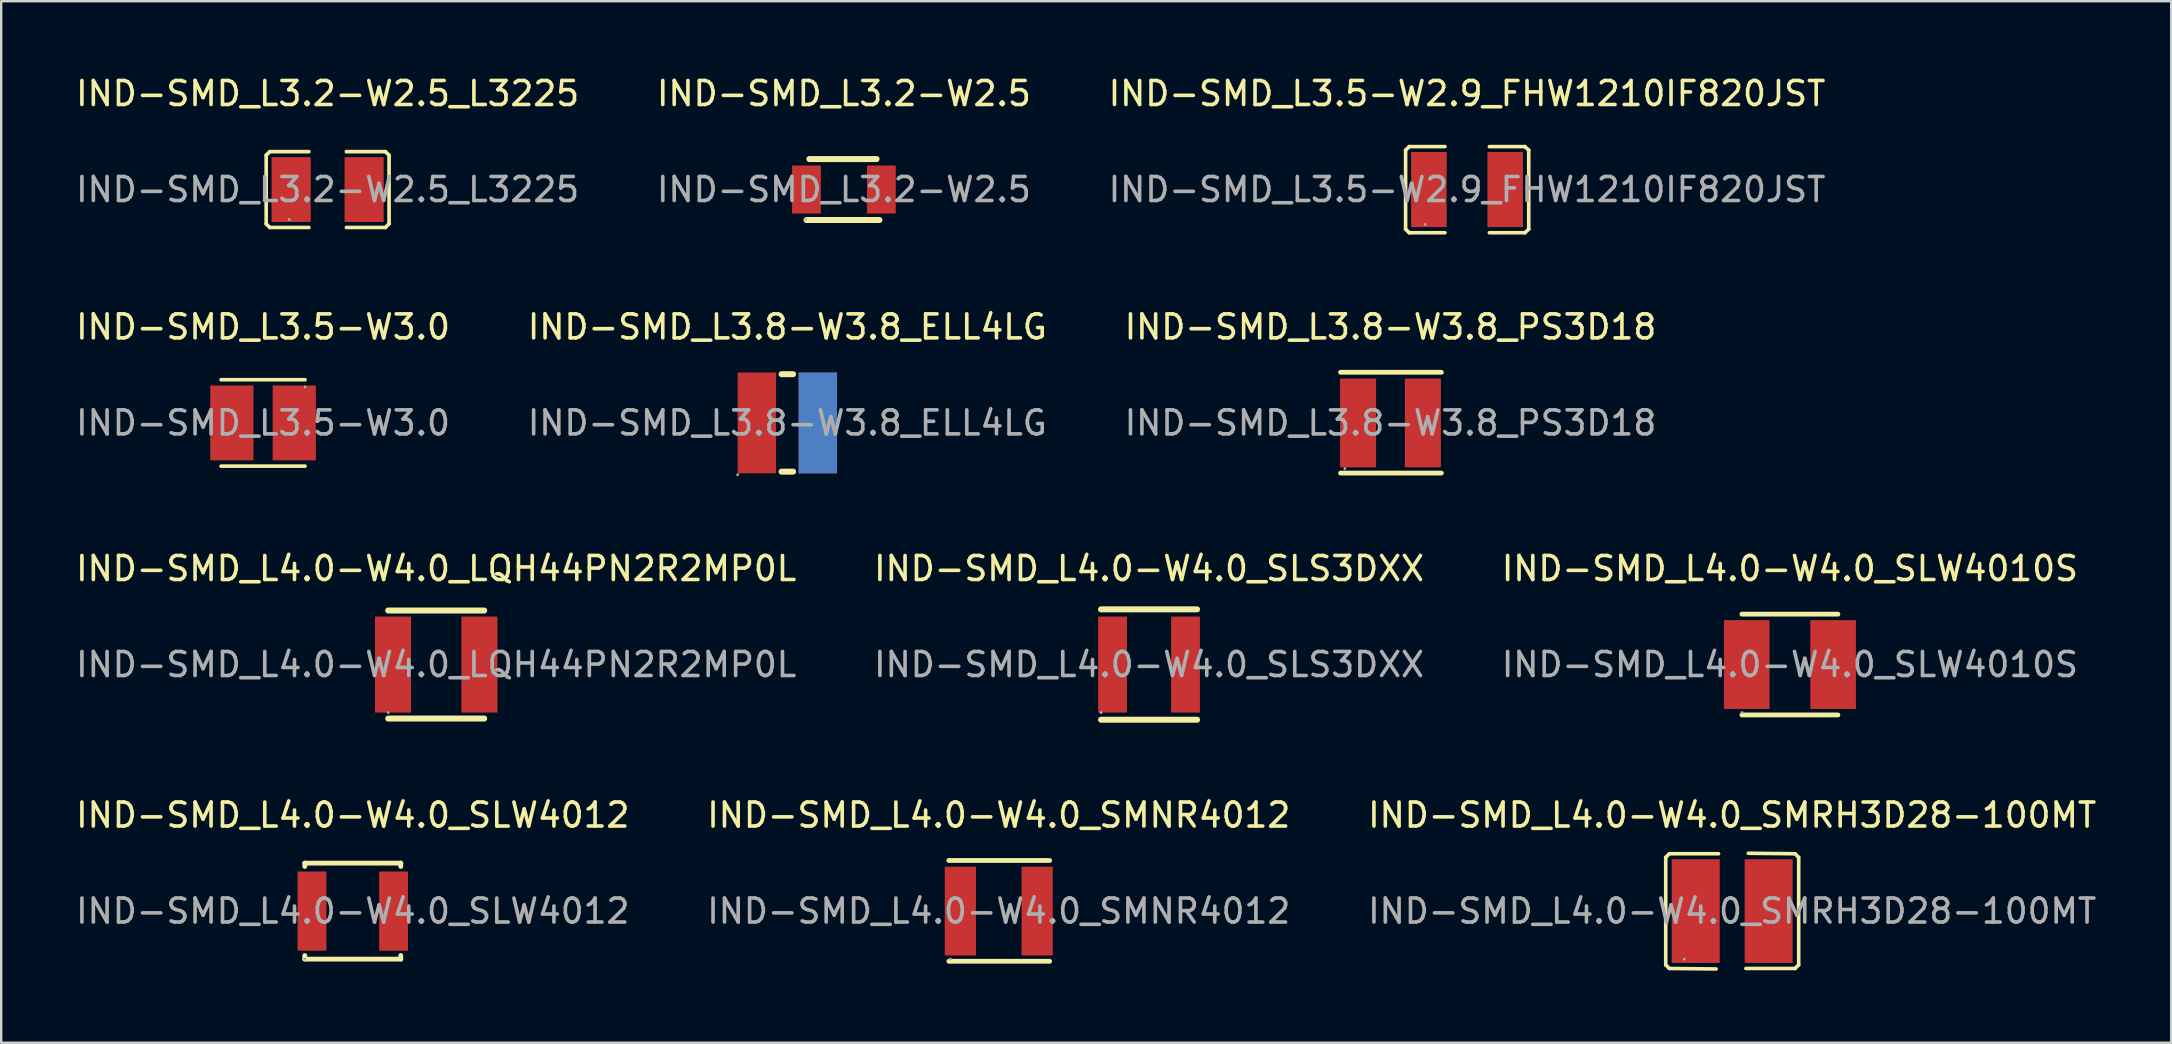
<source format=kicad_pcb>
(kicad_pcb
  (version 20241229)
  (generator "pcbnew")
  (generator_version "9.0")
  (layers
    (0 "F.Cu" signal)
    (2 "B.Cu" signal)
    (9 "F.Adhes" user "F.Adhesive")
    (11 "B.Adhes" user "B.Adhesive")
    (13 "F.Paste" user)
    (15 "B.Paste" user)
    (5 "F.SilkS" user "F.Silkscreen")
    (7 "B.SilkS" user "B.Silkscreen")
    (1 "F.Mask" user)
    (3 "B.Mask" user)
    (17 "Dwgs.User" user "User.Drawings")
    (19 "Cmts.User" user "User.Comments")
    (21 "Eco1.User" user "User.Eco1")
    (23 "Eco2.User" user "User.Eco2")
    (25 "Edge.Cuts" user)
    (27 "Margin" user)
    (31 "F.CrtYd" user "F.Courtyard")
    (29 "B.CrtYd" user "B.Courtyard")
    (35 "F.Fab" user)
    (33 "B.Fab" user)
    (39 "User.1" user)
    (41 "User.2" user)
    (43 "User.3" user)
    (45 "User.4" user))
  (footprint "IND-SMD_L4.0-W4.0_SMNR4012"
    (layer "F.Cu")
    (at 38.565 34.913)
    (property "Reference" "IND-SMD_L4.0-W4.0_SMNR4012" (at 0 -4 0) (layer "F.SilkS") (effects (font (size 1 1) (thickness 0.15))))
    (attr through_hole)
    (fp_line (start -2.08 -2.11) (end 2.12 -2.11) (stroke (width 0.2) (type solid)) (layer "F.SilkS"))
    (fp_line (start -2.08 2.09) (end 2.12 2.09) (stroke (width 0.2) (type solid)) (layer "F.SilkS"))
    (fp_circle (center -2.01 2) (end -1.98 2) (stroke (width 0.06) (type solid)) (fill no) (layer "F.Fab"))
    (fp_text user "${REFERENCE}" (at 0 0 0) (layer "F.Fab") (effects (font (size 1 1) (thickness 0.15))))
    (pad "1" smd rect (at -1.6 0 90) (size 3.7 1.3) (layers "F.Cu" "F.Mask" "F.Paste"))
    (pad "2" smd rect (at 1.6 0 90) (size 3.7 1.3) (layers "F.Cu" "F.Mask" "F.Paste")))
  (footprint "IND-SMD_L3.5-W3.0"
    (layer "F.Cu")
    (at 7.911 14.572)
    (property "Reference" "IND-SMD_L3.5-W3.0" (at 0 -4 0) (layer "F.SilkS") (effects (font (size 1 1) (thickness 0.15))))
    (attr through_hole)
    (fp_line (start -1.75 -1.8) (end 1.75 -1.8) (stroke (width 0.15) (type solid)) (layer "F.SilkS"))
    (fp_line (start 1.75 1.8) (end -1.75 1.8) (stroke (width 0.15) (type solid)) (layer "F.SilkS"))
    (fp_circle (center 1.75 -1.5) (end 1.78 -1.5) (stroke (width 0.06) (type solid)) (fill no) (layer "F.Fab"))
    (fp_text user "${REFERENCE}" (at 0 0 0) (layer "F.Fab") (effects (font (size 1 1) (thickness 0.15))))
    (pad "1" smd rect (at 1.3 0) (size 1.8 3.12) (layers "F.Cu" "F.Mask" "F.Paste"))
    (pad "2" smd rect (at -1.3 0) (size 1.8 3.12) (layers "F.Cu" "F.Mask" "F.Paste")))
  (footprint "IND-SMD_L3.2-W2.5_L3225"
    (layer "F.Cu")
    (at 10.601 4.848)
    (property "Reference" "IND-SMD_L3.2-W2.5_L3225" (at 0 -4 0) (layer "F.SilkS") (effects (font (size 1 1) (thickness 0.15))))
    (attr through_hole)
    (fp_line (start -2.56 -1.43) (end -2.56 1.43) (stroke (width 0.15) (type solid)) (layer "F.SilkS"))
    (fp_line (start -2.56 1.43) (end -2.41 1.58) (stroke (width 0.15) (type solid)) (layer "F.SilkS"))
    (fp_line (start -2.41 -1.58) (end -2.56 -1.43) (stroke (width 0.15) (type solid)) (layer "F.SilkS"))
    (fp_line (start -2.41 1.58) (end -0.78 1.58) (stroke (width 0.15) (type solid)) (layer "F.SilkS"))
    (fp_line (start -0.78 -1.58) (end -2.41 -1.58) (stroke (width 0.15) (type solid)) (layer "F.SilkS"))
    (fp_line (start 0.78 -1.58) (end 2.41 -1.58) (stroke (width 0.15) (type solid)) (layer "F.SilkS"))
    (fp_line (start 2.41 -1.58) (end 2.56 -1.43) (stroke (width 0.15) (type solid)) (layer "F.SilkS"))
    (fp_line (start 2.41 1.58) (end 0.78 1.58) (stroke (width 0.15) (type solid)) (layer "F.SilkS"))
    (fp_line (start 2.56 -1.43) (end 2.56 1.43) (stroke (width 0.15) (type solid)) (layer "F.SilkS"))
    (fp_line (start 2.56 1.43) (end 2.41 1.58) (stroke (width 0.15) (type solid)) (layer "F.SilkS"))
    (fp_circle (center -1.6 1.25) (end -1.57 1.25) (stroke (width 0.06) (type solid)) (fill no) (layer "F.Fab"))
    (fp_text user "${REFERENCE}" (at 0 0 0) (layer "F.Fab") (effects (font (size 1 1) (thickness 0.15))))
    (pad "1" smd rect (at -1.52 0) (size 1.63 2.7) (layers "F.Cu" "F.Mask" "F.Paste"))
    (pad "2" smd rect (at 1.52 0) (size 1.63 2.7) (layers "F.Cu" "F.Mask" "F.Paste")))
  (footprint "IND-SMD_L3.8-W3.8_ELL4LG"
    (layer "F.Cu")
    (at 29.756 14.572)
    (property "Reference" "IND-SMD_L3.8-W3.8_ELL4LG" (at 0 -4 0) (layer "F.SilkS") (effects (font (size 1 1) (thickness 0.15))))
    (attr through_hole)
    (fp_line (start -0.24 -2.03) (end 0.24 -2.03) (stroke (width 0.25) (type solid)) (layer "F.SilkS"))
    (fp_line (start -0.24 2.03) (end 0.24 2.03) (stroke (width 0.25) (type solid)) (layer "F.SilkS"))
    (fp_circle (center -2.07 2.16) (end -2.04 2.16) (stroke (width 0.06) (type solid)) (fill no) (layer "F.Fab"))
    (fp_text user "${REFERENCE}" (at 0 0 0) (layer "F.Fab") (effects (font (size 1 1) (thickness 0.15))))
    (pad "1" smd rect (at -1.27 0 90) (size 4.2 1.6) (layers "F.Cu" "F.Mask" "F.Paste"))
    (pad "2" thru_hole rect (at 1.27 0 90) (size 4.2 1.6) (drill 0.001) (layers "F.Cu" "F.Mask" "F.Paste")))
  (footprint "IND-SMD_L3.8-W3.8_PS3D18"
    (layer "F.Cu")
    (at 54.887 14.572)
    (property "Reference" "IND-SMD_L3.8-W3.8_PS3D18" (at 0 -4 0) (layer "F.SilkS") (effects (font (size 1 1) (thickness 0.15))))
    (attr through_hole)
    (fp_line (start -2.08 -2.11) (end 2.12 -2.11) (stroke (width 0.2) (type solid)) (layer "F.SilkS"))
    (fp_line (start -2.08 2.09) (end 2.12 2.09) (stroke (width 0.2) (type solid)) (layer "F.SilkS"))
    (fp_circle (center -1.9 1.9) (end -1.87 1.9) (stroke (width 0.06) (type solid)) (fill no) (layer "F.Fab"))
    (fp_text user "${REFERENCE}" (at 0 0 0) (layer "F.Fab") (effects (font (size 1 1) (thickness 0.15))))
    (pad "1" smd rect (at -1.35 0 90) (size 3.7 1.5) (layers "F.Cu" "F.Mask" "F.Paste"))
    (pad "2" smd rect (at 1.35 0 90) (size 3.7 1.5) (layers "F.Cu" "F.Mask" "F.Paste")))
  (footprint "IND-SMD_L3.5-W2.9_FHW1210IF820JST"
    (layer "F.Cu")
    (at 58.077 4.848)
    (property "Reference" "IND-SMD_L3.5-W2.9_FHW1210IF820JST" (at 0 -4 0) (layer "F.SilkS") (effects (font (size 1 1) (thickness 0.15))))
    (attr through_hole)
    (fp_line (start -2.56 -1.64) (end -2.56 1.65) (stroke (width 0.15) (type solid)) (layer "F.SilkS"))
    (fp_line (start -2.56 1.65) (end -2.41 1.8) (stroke (width 0.15) (type solid)) (layer "F.SilkS"))
    (fp_line (start -2.41 -1.79) (end -2.56 -1.64) (stroke (width 0.15) (type solid)) (layer "F.SilkS"))
    (fp_line (start -2.41 1.8) (end -0.92 1.8) (stroke (width 0.15) (type solid)) (layer "F.SilkS"))
    (fp_line (start -0.92 -1.79) (end -2.41 -1.79) (stroke (width 0.15) (type solid)) (layer "F.SilkS"))
    (fp_line (start 0.93 -1.79) (end 2.41 -1.79) (stroke (width 0.15) (type solid)) (layer "F.SilkS"))
    (fp_line (start 2.41 -1.79) (end 2.57 -1.64) (stroke (width 0.15) (type solid)) (layer "F.SilkS"))
    (fp_line (start 2.41 1.8) (end 0.93 1.8) (stroke (width 0.15) (type solid)) (layer "F.SilkS"))
    (fp_line (start 2.57 -1.64) (end 2.57 1.65) (stroke (width 0.15) (type solid)) (layer "F.SilkS"))
    (fp_line (start 2.57 1.65) (end 2.41 1.8) (stroke (width 0.15) (type solid)) (layer "F.SilkS"))
    (fp_circle (center -1.75 1.45) (end -1.72 1.45) (stroke (width 0.06) (type solid)) (fill no) (layer "F.Fab"))
    (fp_text user "${REFERENCE}" (at 0 0 0) (layer "F.Fab") (effects (font (size 1 1) (thickness 0.15))))
    (pad "1" smd rect (at -1.59 0) (size 1.48 3.13) (layers "F.Cu" "F.Mask" "F.Paste"))
    (pad "2" smd rect (at 1.59 0) (size 1.48 3.13) (layers "F.Cu" "F.Mask" "F.Paste")))
  (footprint "IND-SMD_L4.0-W4.0_SLW4012"
    (layer "F.Cu")
    (at 11.649 34.913)
    (property "Reference" "IND-SMD_L4.0-W4.0_SLW4012" (at 0 -4 0) (layer "F.SilkS") (effects (font (size 1 1) (thickness 0.15))))
    (attr through_hole)
    (fp_line (start -2 -2) (end 2 -2) (stroke (width 0.2) (type solid)) (layer "F.SilkS"))
    (fp_line (start -2 -1.86) (end -2 -2) (stroke (width 0.2) (type solid)) (layer "F.SilkS"))
    (fp_line (start -2 2) (end -2 1.85) (stroke (width 0.2) (type solid)) (layer "F.SilkS"))
    (fp_line (start -2 2) (end 2 2) (stroke (width 0.2) (type solid)) (layer "F.SilkS"))
    (fp_line (start 2 -2) (end 2 -1.86) (stroke (width 0.2) (type solid)) (layer "F.SilkS"))
    (fp_line (start 2 1.85) (end 2 2) (stroke (width 0.2) (type solid)) (layer "F.SilkS"))
    (fp_circle (center -2 2) (end -1.97 2) (stroke (width 0.06) (type solid)) (fill no) (layer "F.Fab"))
    (fp_text user "${REFERENCE}" (at 0 0 0) (layer "F.Fab") (effects (font (size 1 1) (thickness 0.15))))
    (pad "1" smd rect (at -1.7 0 90) (size 3.3 1.2) (layers "F.Cu" "F.Mask" "F.Paste"))
    (pad "2" smd rect (at 1.7 0 90) (size 3.3 1.2) (layers "F.Cu" "F.Mask" "F.Paste")))
  (footprint "IND-SMD_L4.0-W4.0_LQH44PN2R2MP0L"
    (layer "F.Cu")
    (at 15.125 24.64)
    (property "Reference" "IND-SMD_L4.0-W4.0_LQH44PN2R2MP0L" (at 0 -4 0) (layer "F.SilkS") (effects (font (size 1 1) (thickness 0.15))))
    (attr through_hole)
    (fp_line (start -2 -2.25) (end 2 -2.25) (stroke (width 0.25) (type solid)) (layer "F.SilkS"))
    (fp_line (start -2 2.25) (end 2 2.25) (stroke (width 0.25) (type solid)) (layer "F.SilkS"))
    (fp_circle (center -2 2) (end -1.97 2) (stroke (width 0.06) (type solid)) (fill no) (layer "F.Fab"))
    (fp_text user "${REFERENCE}" (at 0 0 0) (layer "F.Fab") (effects (font (size 1 1) (thickness 0.15))))
    (pad "1" smd rect (at -1.8 0) (size 1.5 4) (layers "F.Cu" "F.Mask" "F.Paste"))
    (pad "2" smd rect (at 1.8 0) (size 1.5 4) (layers "F.Cu" "F.Mask" "F.Paste")))
  (footprint "IND-SMD_L4.0-W4.0_SLW4010S"
    (layer "F.Cu")
    (at 71.53 24.64)
    (property "Reference" "IND-SMD_L4.0-W4.0_SLW4010S" (at 0 -4 0) (layer "F.SilkS") (effects (font (size 1 1) (thickness 0.15))))
    (attr through_hole)
    (fp_line (start -2 -2.1) (end 2 -2.1) (stroke (width 0.2) (type solid)) (layer "F.SilkS"))
    (fp_line (start -2 2.1) (end 2 2.1) (stroke (width 0.2) (type solid)) (layer "F.SilkS"))
    (fp_circle (center -2 2) (end -1.97 2) (stroke (width 0.06) (type solid)) (fill no) (layer "F.Fab"))
    (fp_text user "${REFERENCE}" (at 0 0 0) (layer "F.Fab") (effects (font (size 1 1) (thickness 0.15))))
    (pad "1" smd rect (at -1.8 0 90) (size 3.7 1.9) (layers "F.Cu" "F.Mask" "F.Paste"))
    (pad "2" smd rect (at 1.8 0 90) (size 3.7 1.9) (layers "F.Cu" "F.Mask" "F.Paste")))
  (footprint "IND-SMD_L4.0-W4.0_SMRH3D28-100MT"
    (layer "F.Cu")
    (at 69.125 34.913)
    (property "Reference" "IND-SMD_L4.0-W4.0_SMRH3D28-100MT" (at 0 -4 0) (layer "F.SilkS") (effects (font (size 1 1) (thickness 0.15))))
    (attr through_hole)
    (fp_line (start -2.77 -2.24) (end -2.62 -2.39) (stroke (width 0.15) (type solid)) (layer "F.SilkS"))
    (fp_line (start -2.77 2.24) (end -2.77 -2.24) (stroke (width 0.15) (type solid)) (layer "F.SilkS"))
    (fp_line (start -2.62 -2.39) (end -0.57 -2.39) (stroke (width 0.15) (type solid)) (layer "F.SilkS"))
    (fp_line (start -2.62 2.39) (end -2.77 2.24) (stroke (width 0.15) (type solid)) (layer "F.SilkS"))
    (fp_line (start -0.67 2.41) (end -2.62 2.39) (stroke (width 0.15) (type solid)) (layer "F.SilkS"))
    (fp_line (start 0.67 -2.41) (end 2.62 -2.39) (stroke (width 0.15) (type solid)) (layer "F.SilkS"))
    (fp_line (start 2.62 -2.39) (end 2.77 -2.24) (stroke (width 0.15) (type solid)) (layer "F.SilkS"))
    (fp_line (start 2.62 2.39) (end 0.57 2.39) (stroke (width 0.15) (type solid)) (layer "F.SilkS"))
    (fp_line (start 2.77 -2.24) (end 2.77 2.24) (stroke (width 0.15) (type solid)) (layer "F.SilkS"))
    (fp_line (start 2.77 2.24) (end 2.62 2.39) (stroke (width 0.15) (type solid)) (layer "F.SilkS"))
    (fp_circle (center -2 2) (end -1.97 2) (stroke (width 0.06) (type solid)) (fill no) (layer "F.Fab"))
    (fp_text user "${REFERENCE}" (at 0 0 0) (layer "F.Fab") (effects (font (size 1 1) (thickness 0.15))))
    (pad "1" smd rect (at -1.52 0) (size 2 4.32) (layers "F.Cu" "F.Mask" "F.Paste"))
    (pad "2" smd rect (at 1.52 0) (size 2 4.32) (layers "F.Cu" "F.Mask" "F.Paste")))
  (footprint "IND-SMD_L4.0-W4.0_SLS3DXX"
    (layer "F.Cu")
    (at 44.827 24.64)
    (property "Reference" "IND-SMD_L4.0-W4.0_SLS3DXX" (at 0 -4 0) (layer "F.SilkS") (effects (font (size 1 1) (thickness 0.15))))
    (attr through_hole)
    (fp_line (start -2 -2.3) (end 2 -2.3) (stroke (width 0.25) (type solid)) (layer "F.SilkS"))
    (fp_line (start -2 2.3) (end 2 2.3) (stroke (width 0.25) (type solid)) (layer "F.SilkS"))
    (fp_circle (center -2 2) (end -1.97 2) (stroke (width 0.06) (type solid)) (fill no) (layer "F.Fab"))
    (fp_text user "${REFERENCE}" (at 0 0 0) (layer "F.Fab") (effects (font (size 1 1) (thickness 0.15))))
    (pad "1" smd rect (at -1.52 0 90) (size 4 1.2) (layers "F.Cu" "F.Mask" "F.Paste"))
    (pad "2" smd rect (at 1.52 0 90) (size 4 1.2) (layers "F.Cu" "F.Mask" "F.Paste")))
  (footprint "IND-SMD_L3.2-W2.5"
    (layer "F.Cu")
    (at 32.113 4.848)
    (property "Reference" "IND-SMD_L3.2-W2.5" (at 0 -4 0) (layer "F.SilkS") (effects (font (size 1 1) (thickness 0.15))))
    (attr through_hole)
    (fp_line (start -1.56 1.27) (end 1.48 1.27) (stroke (width 0.25) (type solid)) (layer "F.SilkS"))
    (fp_line (start -1.44 -1.27) (end 1.36 -1.27) (stroke (width 0.25) (type solid)) (layer "F.SilkS"))
    (fp_circle (center -1.6 1.25) (end -1.57 1.25) (stroke (width 0.06) (type solid)) (fill no) (layer "F.Fab"))
    (fp_text user "${REFERENCE}" (at 0 0 0) (layer "F.Fab") (effects (font (size 1 1) (thickness 0.15))))
    (pad "1" smd rect (at -1.56 0 180) (size 1.2 2) (layers "F.Cu" "F.Mask" "F.Paste"))
    (pad "2" smd rect (at 1.56 0 180) (size 1.2 2) (layers "F.Cu" "F.Mask" "F.Paste")))
  (gr_rect
    (start -3 -3)
    (end 87.417 40.398)
    (stroke (width 0.1) (type default))
    (fill no)
    (layer "Edge.Cuts")))
</source>
